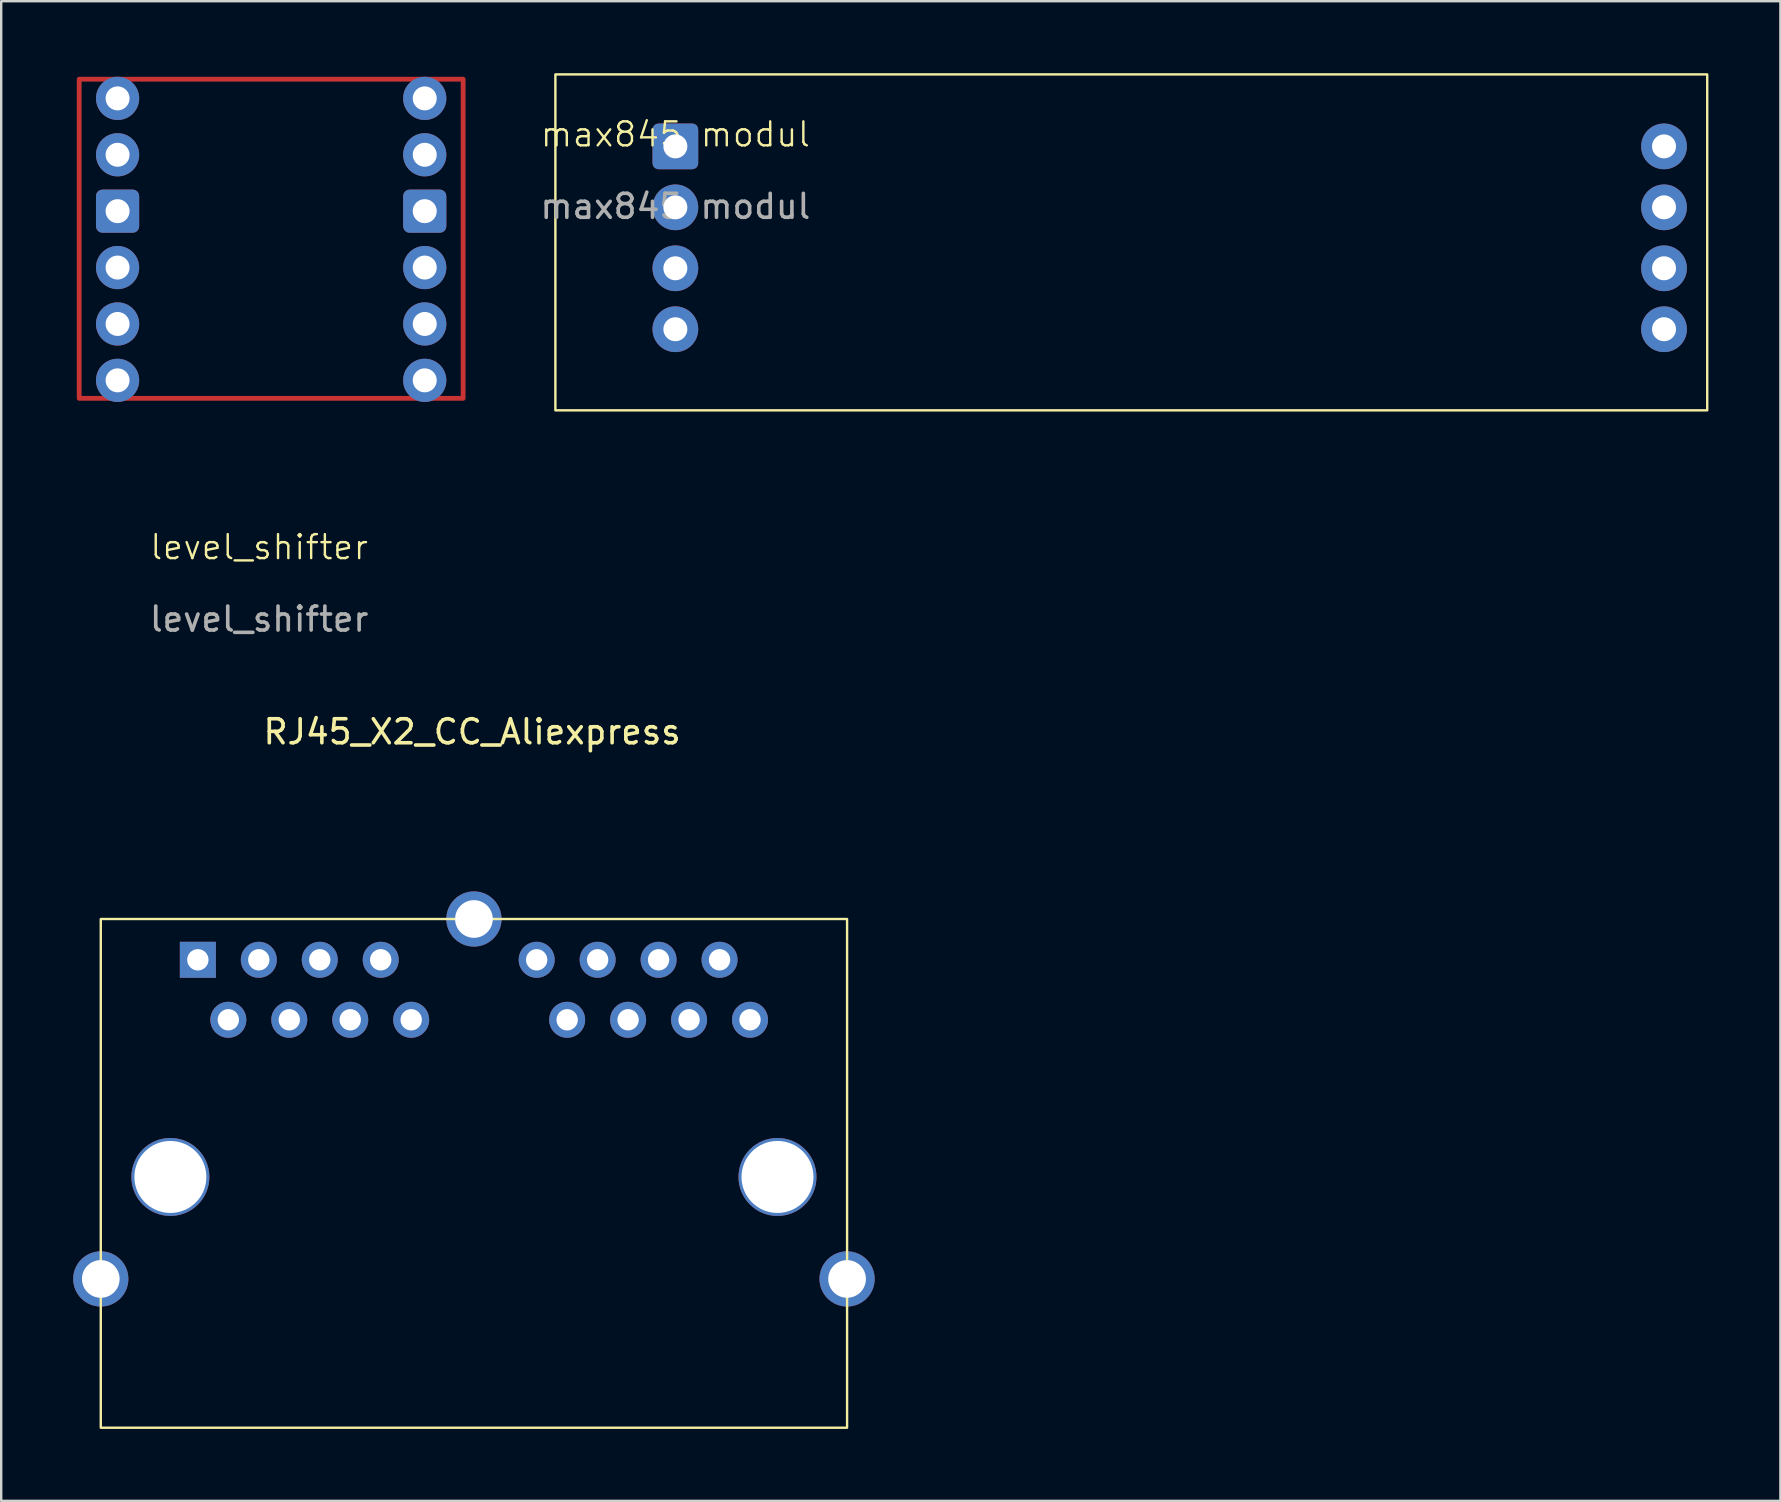
<source format=kicad_pcb>
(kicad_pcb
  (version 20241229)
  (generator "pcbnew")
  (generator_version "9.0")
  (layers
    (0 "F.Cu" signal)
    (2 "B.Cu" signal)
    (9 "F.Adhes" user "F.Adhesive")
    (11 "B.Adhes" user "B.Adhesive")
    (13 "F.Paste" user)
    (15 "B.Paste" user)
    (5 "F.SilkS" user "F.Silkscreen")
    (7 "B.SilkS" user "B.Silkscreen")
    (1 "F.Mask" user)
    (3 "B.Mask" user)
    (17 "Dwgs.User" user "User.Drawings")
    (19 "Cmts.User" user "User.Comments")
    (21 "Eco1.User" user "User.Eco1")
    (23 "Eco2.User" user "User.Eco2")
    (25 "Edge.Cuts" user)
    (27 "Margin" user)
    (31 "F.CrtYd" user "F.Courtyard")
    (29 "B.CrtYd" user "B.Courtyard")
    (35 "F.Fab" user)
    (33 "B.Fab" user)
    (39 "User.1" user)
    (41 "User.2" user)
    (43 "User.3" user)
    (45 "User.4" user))
  (footprint "max845 modul"
    (layer "F.Cu")
    (at 25.094 3.05)
    (property "Reference" "max845 modul" (at 0 -0.5 0) (unlocked yes) (layer "F.SilkS") (effects (font (size 1 1) (thickness 0.1))))
    (attr smd)
    (fp_rect (start -5 -3) (end 43 11) (stroke (width 0.1) (type solid)) (fill no) (layer "F.SilkS"))
    (fp_text user "${REFERENCE}" (at 0 2.5 0) (unlocked yes) (layer "F.Fab") (effects (font (size 1 1) (thickness 0.15))))
    (pad "1" thru_hole circle (at 41.2 7.62) (size 1.905 1.905) (drill 1) (layers "*.Cu" "*.Mask"))
    (pad "2" thru_hole circle (at 41.2 5.08) (size 1.905 1.905) (drill 1) (layers "*.Cu" "*.Mask"))
    (pad "3" thru_hole circle (at 41.2 2.54) (size 1.905 1.905) (drill 1) (layers "*.Cu" "*.Mask"))
    (pad "4" thru_hole circle (at 41.2 0) (size 1.905 1.905) (drill 1) (layers "*.Cu" "*.Mask"))
    (pad "5" thru_hole roundrect (at 0 0) (size 1.905 1.905) (drill 1) (layers "*.Cu" "*.Mask") (roundrect_rratio 0.131))
    (pad "6" thru_hole circle (at 0 2.54) (size 1.905 1.905) (drill 1) (layers "*.Cu" "*.Mask"))
    (pad "7" thru_hole circle (at 0 5.08) (size 1.905 1.905) (drill 1) (layers "*.Cu" "*.Mask"))
    (pad "8" thru_hole circle (at 0 7.62) (size 1.905 1.905) (drill 1) (layers "*.Cu" "*.Mask")))
  (footprint "level_shifter"
    (layer "F.Cu")
    (at 0.25 0.25)
    (property "Reference" "level_shifter" (at 7.5 19.5 0) (unlocked yes) (layer "F.SilkS") (effects (font (size 1 1) (thickness 0.1))))
    (attr smd)
    (fp_rect (start 0 0) (end 16 13.3) (stroke (width 0.2) (type solid)) (fill no) (layer "F.Cu"))
    (fp_text user "${REFERENCE}" (at 7.5 22.5 0) (unlocked yes) (layer "F.Fab") (effects (font (size 1 1) (thickness 0.15))))
    (pad "1" thru_hole circle (at 14.4 12.55) (size 1.8 1.8) (drill 1) (layers "*.Cu" "*.Mask"))
    (pad "2" thru_hole circle (at 14.4 10.2) (size 1.8 1.8) (drill 1) (layers "*.Cu" "*.Mask"))
    (pad "3" thru_hole circle (at 14.4 7.85) (size 1.8 1.8) (drill 1) (layers "*.Cu" "*.Mask"))
    (pad "4" thru_hole roundrect (at 14.4 5.5) (size 1.8 1.8) (drill 1) (layers "*.Cu" "*.Mask") (roundrect_rratio 0.15))
    (pad "5" thru_hole circle (at 14.4 3.15) (size 1.8 1.8) (drill 1) (layers "*.Cu" "*.Mask"))
    (pad "6" thru_hole circle (at 14.4 0.8) (size 1.8 1.8) (drill 1) (layers "*.Cu" "*.Mask"))
    (pad "7" thru_hole circle (at 1.6 12.55) (size 1.8 1.8) (drill 1) (layers "*.Cu" "*.Mask"))
    (pad "8" thru_hole circle (at 1.6 10.2) (size 1.8 1.8) (drill 1) (layers "*.Cu" "*.Mask"))
    (pad "9" thru_hole circle (at 1.6 7.85) (size 1.8 1.8) (drill 1) (layers "*.Cu" "*.Mask"))
    (pad "10" thru_hole circle (at 1.6 3.15) (size 1.8 1.8) (drill 1) (layers "*.Cu" "*.Mask"))
    (pad "10" thru_hole roundrect (at 1.6 5.5) (size 1.8 1.8) (drill 1) (layers "*.Cu" "*.Mask") (roundrect_rratio 0.15))
    (pad "11" thru_hole circle (at 1.6 0.8) (size 1.8 1.8) (drill 1) (layers "*.Cu" "*.Mask")))
  (footprint "RJ45_X2_CC_Aliexpress"
    (layer "F.Cu")
    (at 5.195 36.947)
    (property "Reference" "RJ45_X2_CC_Aliexpress" (at 11.43 -9.5 0) (layer "F.SilkS") (effects (font (size 1 1) (thickness 0.15))))
    (attr through_hole)
    (fp_rect (start -4.045 -1.7) (end 27.055 19.5) (stroke (width 0.1) (type solid)) (fill no) (layer "F.SilkS"))
    (pad "" np_thru_hole circle (at -1.145 9.05) (size 3.25 3.25) (drill 3) (layers "*.Cu" "*.Mask"))
    (pad "" np_thru_hole circle (at 24.155 9.05) (size 3.25 3.25) (drill 3) (layers "*.Cu" "*.Mask"))
    (pad "1" thru_hole circle (at 23.01 2.5) (size 1.5 1.5) (drill 0.89) (layers "*.Cu" "*.Mask"))
    (pad "2" thru_hole circle (at 21.74 0) (size 1.5 1.5) (drill 0.89) (layers "*.Cu" "*.Mask"))
    (pad "3" thru_hole circle (at 20.47 2.5) (size 1.5 1.5) (drill 0.89) (layers "*.Cu" "*.Mask"))
    (pad "4" thru_hole circle (at 19.2 0) (size 1.5 1.5) (drill 0.89) (layers "*.Cu" "*.Mask"))
    (pad "5" thru_hole circle (at 17.93 2.5) (size 1.5 1.5) (drill 0.89) (layers "*.Cu" "*.Mask"))
    (pad "6" thru_hole circle (at 16.66 0) (size 1.5 1.5) (drill 0.89) (layers "*.Cu" "*.Mask"))
    (pad "7" thru_hole circle (at 15.39 2.5) (size 1.5 1.5) (drill 0.89) (layers "*.Cu" "*.Mask"))
    (pad "8" thru_hole circle (at 14.12 0) (size 1.5 1.5) (drill 0.89) (layers "*.Cu" "*.Mask"))
    (pad "9" thru_hole circle (at 8.89 2.5) (size 1.5 1.5) (drill 0.89) (layers "*.Cu" "*.Mask"))
    (pad "10" thru_hole circle (at 7.62 0) (size 1.5 1.5) (drill 0.89) (layers "*.Cu" "*.Mask"))
    (pad "11" thru_hole circle (at 6.35 2.5) (size 1.5 1.5) (drill 0.89) (layers "*.Cu" "*.Mask"))
    (pad "12" thru_hole circle (at 5.08 0) (size 1.5 1.5) (drill 0.89) (layers "*.Cu" "*.Mask"))
    (pad "13" thru_hole circle (at 3.81 2.5) (size 1.5 1.5) (drill 0.89) (layers "*.Cu" "*.Mask"))
    (pad "15" thru_hole circle (at 1.27 2.5) (size 1.5 1.5) (drill 0.89) (layers "*.Cu" "*.Mask"))
    (pad "16" thru_hole circle (at 2.54 0) (size 1.5 1.5) (drill 0.89) (layers "*.Cu" "*.Mask"))
    (pad "18" thru_hole rect (at 0 0) (size 1.5 1.5) (drill 0.89) (layers "*.Cu" "*.Mask"))
    (pad "SH" thru_hole circle (at -4.045 13.3) (size 2.3 2.3) (drill 1.57) (layers "*.Cu" "*.Mask"))
    (pad "SH" thru_hole circle (at 11.505 -1.7) (size 2.3 2.3) (drill 1.57) (layers "*.Cu" "*.Mask"))
    (pad "SH" thru_hole circle (at 27.055 13.3) (size 2.3 2.3) (drill 1.57) (layers "*.Cu" "*.Mask")))
  (gr_rect
    (start -3 -3)
    (end 71.144 59.496)
    (stroke (width 0.1) (type default))
    (fill no)
    (layer "Edge.Cuts")))
</source>
